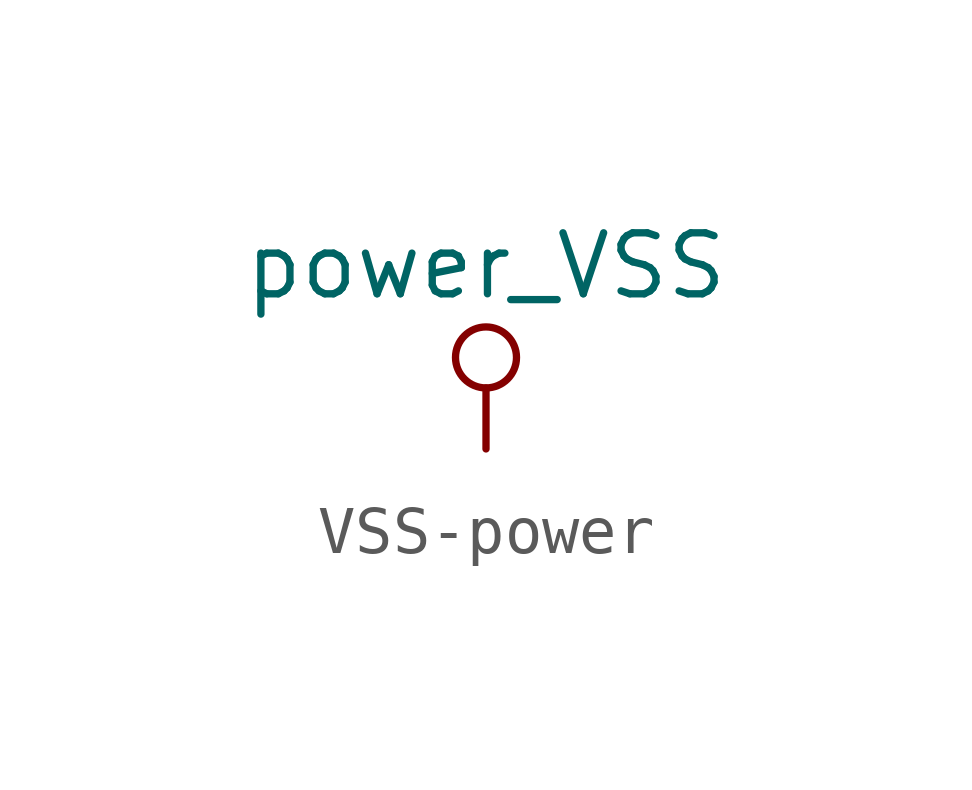
<source format=kicad_sym>
(kicad_symbol_lib
  (version 20231120)
  (generator "kicad_symbol_editor")
  (generator_version "8.0")
  (symbol "VSS-power"
    (power)
    (pin_names
      (offset 0))
    (property "Reference" "#PWR"
      (at 0 -3.81 0)
      (effects (font (size 1.27 1.27)) (hide yes)))
    (property "Value" "power_VSS"
      (at 0 3.81 0)
      (effects (font (size 1.27 1.27))))
    (symbol "VSS-power_0_1"
      (polyline (pts (xy 0 0) (xy 0 1.27)) (stroke (width 0) (type solid)) (fill (type none)))
      (circle (center 0 1.905) (radius 0.635) (stroke (width 0) (type solid)) (fill (type none))))
    (symbol "VSS-power_1_1"
      (pin power_in line (at 0 0 90) (length 0) hide (name "VSS" (effects (font (size 1.27 1.27)))) (number "1" (effects (font (size 1.27 1.27))))))))
</source>
